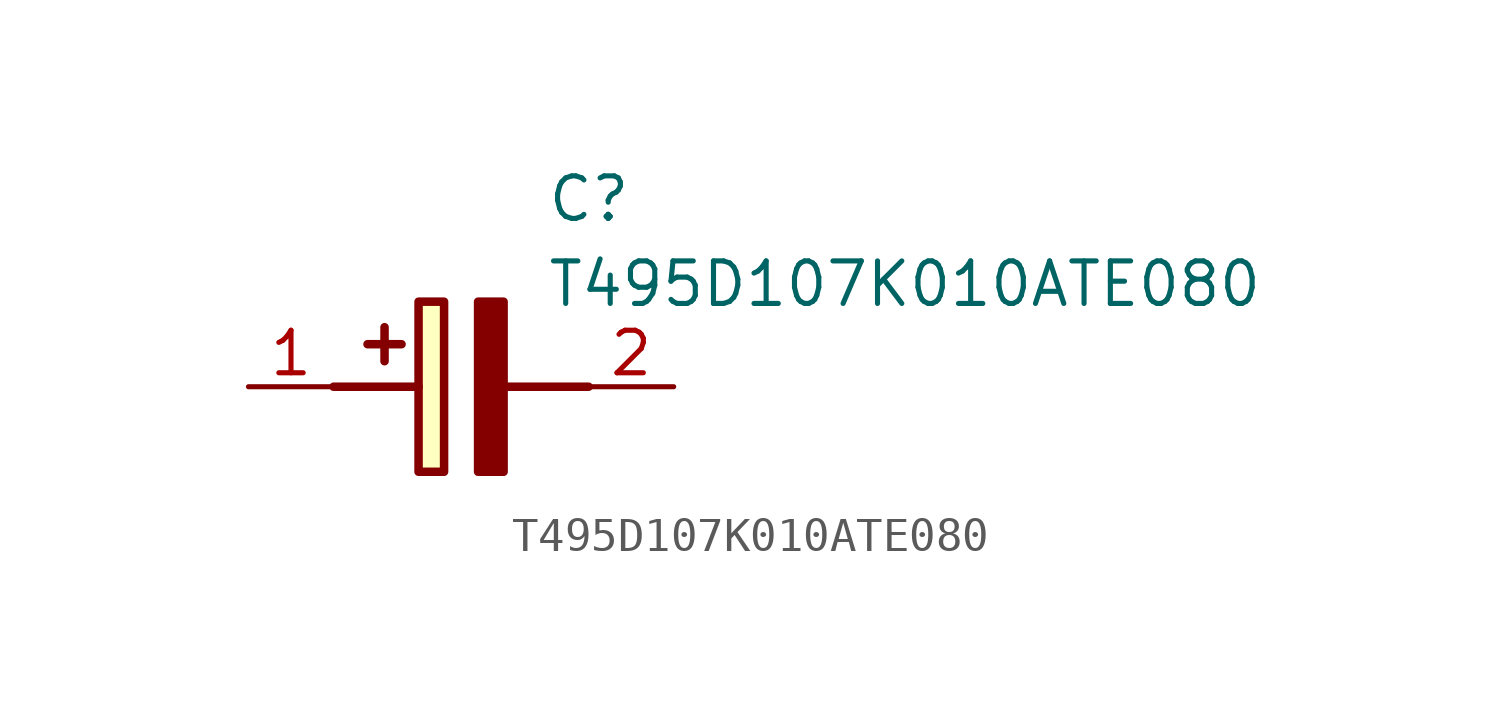
<source format=kicad_sym>
(kicad_symbol_lib
  (version 20211014)
  (generator SamacSys_ECAD_Model)
  (symbol "T495D107K010ATE080"
    (pin_names hide)
    (property "Reference" "C"
      (at 8.89 6.35 0)
      (effects (font (size 1.27 1.27)) (justify left top)))
    (property "Value" "T495D107K010ATE080"
      (at 8.89 3.81 0)
      (effects (font (size 1.27 1.27)) (justify left top)))
    (rectangle
      (start 5.08 2.54)
      (end 5.842 -2.54)
      (stroke (width 0.254) (type default))
      (fill (type background)))
    (polyline
      (pts (xy 4.572 1.27) (xy 3.556 1.27))
      (stroke (width 0.254) (type default))
      (fill (type none)))
    (polyline
      (pts (xy 4.064 1.778) (xy 4.064 0.762))
      (stroke (width 0.254) (type default))
      (fill (type none)))
    (polyline
      (pts (xy 2.54 0) (xy 5.08 0))
      (stroke (width 0.254) (type default))
      (fill (type none)))
    (polyline
      (pts (xy 7.62 0) (xy 10.16 0))
      (stroke (width 0.254) (type default))
      (fill (type none)))
    (polyline
      (pts (xy 7.62 2.54) (xy 7.62 -2.54) (xy 6.858 -2.54) (xy 6.858 2.54) (xy 7.62 2.54))
      (stroke (width 0.254) (type default))
      (fill (type outline)))
    (pin passive line
      (at 0 0 0)
      (length 2.54)
      (name "+" (effects (font (size 1.27 1.27))))
      (number "1" (effects (font (size 1.27 1.27)))))
    (pin passive line
      (at 12.7 0 180)
      (length 2.54)
      (name "-" (effects (font (size 1.27 1.27))))
      (number "2" (effects (font (size 1.27 1.27)))))))
</source>
